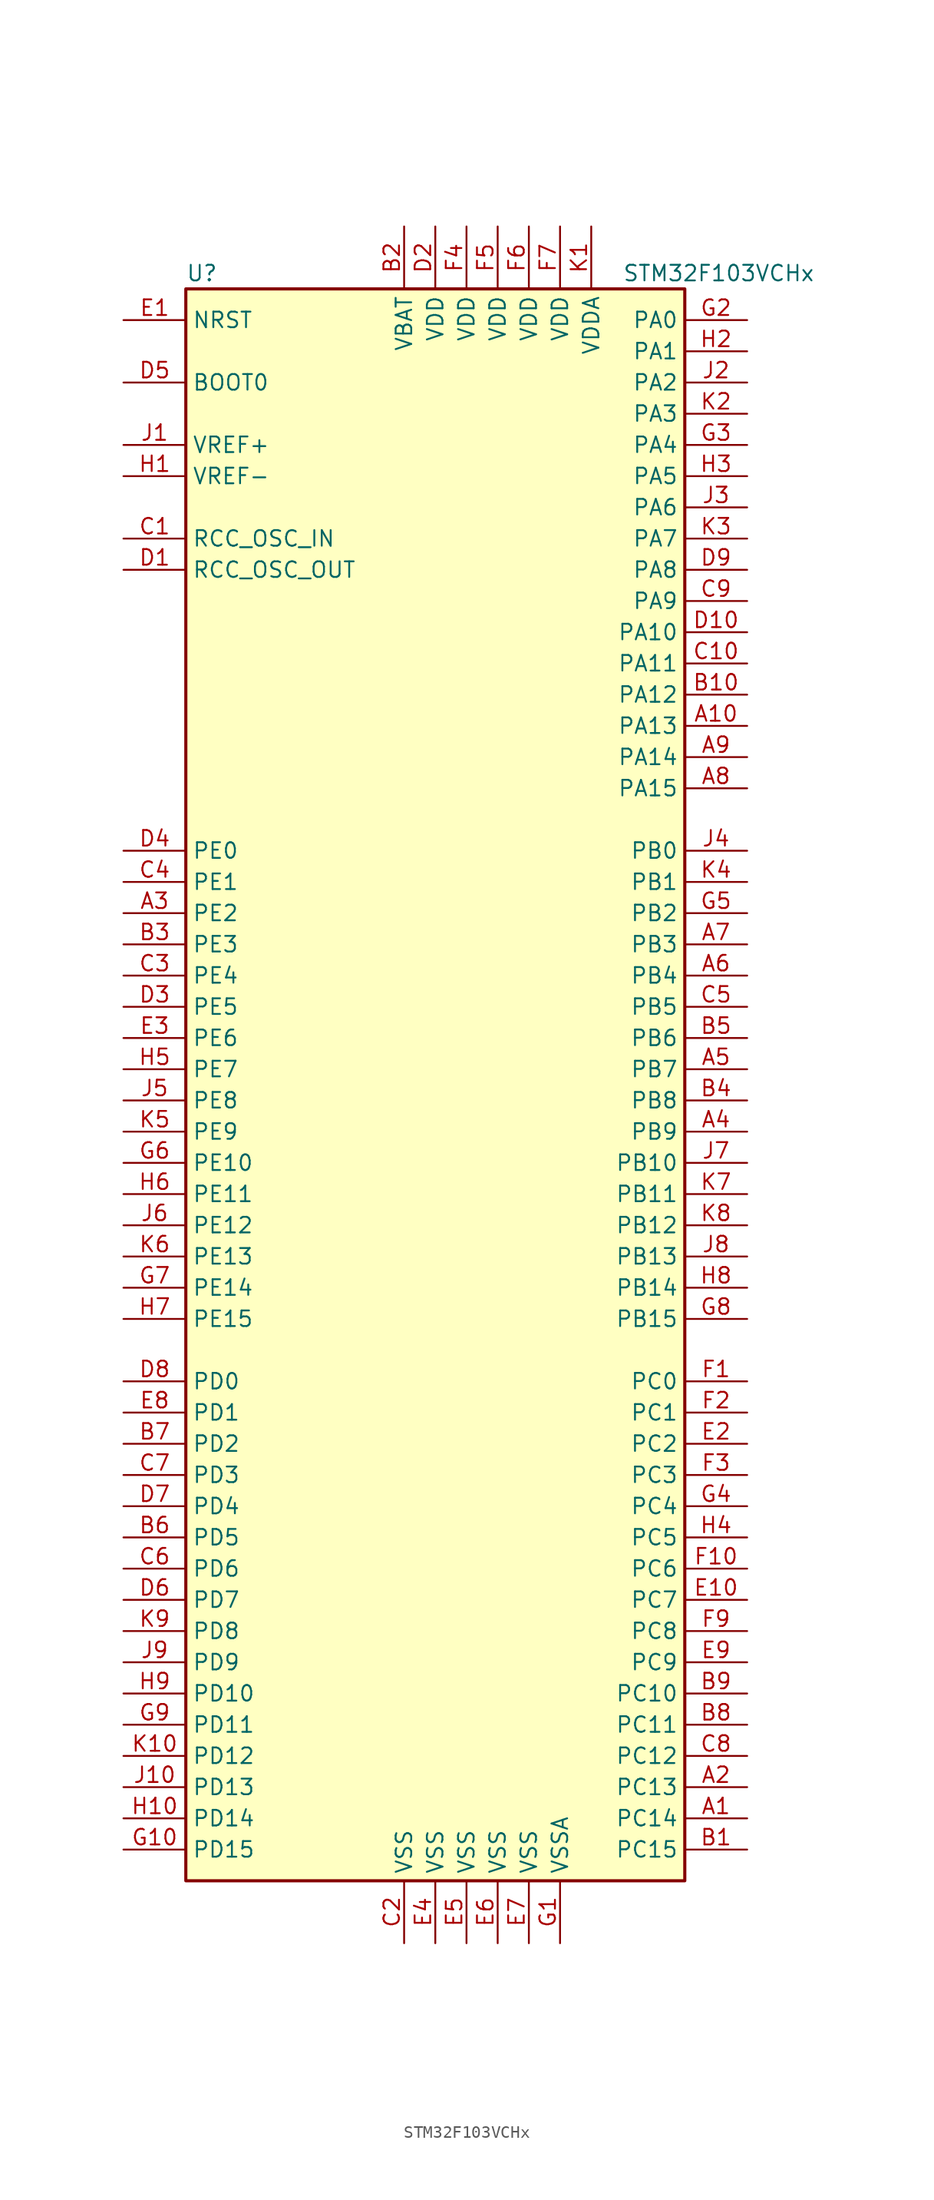
<source format=kicad_sym>
(kicad_symbol_lib
  (version 20211014)
  (generator kicad_symbol_editor)
  (symbol "STM32F103VCHx"
    (property "Reference" "U"
      (at -20.32 64.77 0)
      (effects (font (size 1.27 1.27)) (justify left)))
    (property "Value" "STM32F103VCHx"
      (at 15.24 64.77 0)
      (effects (font (size 1.27 1.27)) (justify left)))
    (symbol "STM32F103VCHx_0_1"
      (rectangle (start -20.32 -66.04) (end 20.32 63.5) (stroke (width 0.254) (type default) (color 0 0 0 0)) (fill (type background))))
    (symbol "STM32F103VCHx_1_1"
      (pin bidirectional line (at 25.4 -60.96 180) (length 5.08) (name "PC14" (effects (font (size 1.27 1.27)))) (number "A1" (effects (font (size 1.27 1.27)))))
      (pin bidirectional line (at 25.4 27.94 180) (length 5.08) (name "PA13" (effects (font (size 1.27 1.27)))) (number "A10" (effects (font (size 1.27 1.27)))))
      (pin bidirectional line (at 25.4 -58.42 180) (length 5.08) (name "PC13" (effects (font (size 1.27 1.27)))) (number "A2" (effects (font (size 1.27 1.27)))))
      (pin bidirectional line (at -25.4 12.7 0) (length 5.08) (name "PE2" (effects (font (size 1.27 1.27)))) (number "A3" (effects (font (size 1.27 1.27)))))
      (pin bidirectional line (at 25.4 -5.08 180) (length 5.08) (name "PB9" (effects (font (size 1.27 1.27)))) (number "A4" (effects (font (size 1.27 1.27)))))
      (pin bidirectional line (at 25.4 0 180) (length 5.08) (name "PB7" (effects (font (size 1.27 1.27)))) (number "A5" (effects (font (size 1.27 1.27)))))
      (pin bidirectional line (at 25.4 7.62 180) (length 5.08) (name "PB4" (effects (font (size 1.27 1.27)))) (number "A6" (effects (font (size 1.27 1.27)))))
      (pin bidirectional line (at 25.4 10.16 180) (length 5.08) (name "PB3" (effects (font (size 1.27 1.27)))) (number "A7" (effects (font (size 1.27 1.27)))))
      (pin bidirectional line (at 25.4 22.86 180) (length 5.08) (name "PA15" (effects (font (size 1.27 1.27)))) (number "A8" (effects (font (size 1.27 1.27)))))
      (pin bidirectional line (at 25.4 25.4 180) (length 5.08) (name "PA14" (effects (font (size 1.27 1.27)))) (number "A9" (effects (font (size 1.27 1.27)))))
      (pin bidirectional line (at 25.4 -63.5 180) (length 5.08) (name "PC15" (effects (font (size 1.27 1.27)))) (number "B1" (effects (font (size 1.27 1.27)))))
      (pin bidirectional line (at 25.4 30.48 180) (length 5.08) (name "PA12" (effects (font (size 1.27 1.27)))) (number "B10" (effects (font (size 1.27 1.27)))))
      (pin power_in line (at -2.54 68.58 270) (length 5.08) (name "VBAT" (effects (font (size 1.27 1.27)))) (number "B2" (effects (font (size 1.27 1.27)))))
      (pin bidirectional line (at -25.4 10.16 0) (length 5.08) (name "PE3" (effects (font (size 1.27 1.27)))) (number "B3" (effects (font (size 1.27 1.27)))))
      (pin bidirectional line (at 25.4 -2.54 180) (length 5.08) (name "PB8" (effects (font (size 1.27 1.27)))) (number "B4" (effects (font (size 1.27 1.27)))))
      (pin bidirectional line (at 25.4 2.54 180) (length 5.08) (name "PB6" (effects (font (size 1.27 1.27)))) (number "B5" (effects (font (size 1.27 1.27)))))
      (pin bidirectional line (at -25.4 -38.1 0) (length 5.08) (name "PD5" (effects (font (size 1.27 1.27)))) (number "B6" (effects (font (size 1.27 1.27)))))
      (pin bidirectional line (at -25.4 -30.48 0) (length 5.08) (name "PD2" (effects (font (size 1.27 1.27)))) (number "B7" (effects (font (size 1.27 1.27)))))
      (pin bidirectional line (at 25.4 -53.34 180) (length 5.08) (name "PC11" (effects (font (size 1.27 1.27)))) (number "B8" (effects (font (size 1.27 1.27)))))
      (pin bidirectional line (at 25.4 -50.8 180) (length 5.08) (name "PC10" (effects (font (size 1.27 1.27)))) (number "B9" (effects (font (size 1.27 1.27)))))
      (pin input line (at -25.4 43.18 0) (length 5.08) (name "RCC_OSC_IN" (effects (font (size 1.27 1.27)))) (number "C1" (effects (font (size 1.27 1.27)))))
      (pin bidirectional line (at 25.4 33.02 180) (length 5.08) (name "PA11" (effects (font (size 1.27 1.27)))) (number "C10" (effects (font (size 1.27 1.27)))))
      (pin power_in line (at -2.54 -71.12 90) (length 5.08) (name "VSS" (effects (font (size 1.27 1.27)))) (number "C2" (effects (font (size 1.27 1.27)))))
      (pin bidirectional line (at -25.4 7.62 0) (length 5.08) (name "PE4" (effects (font (size 1.27 1.27)))) (number "C3" (effects (font (size 1.27 1.27)))))
      (pin bidirectional line (at -25.4 15.24 0) (length 5.08) (name "PE1" (effects (font (size 1.27 1.27)))) (number "C4" (effects (font (size 1.27 1.27)))))
      (pin bidirectional line (at 25.4 5.08 180) (length 5.08) (name "PB5" (effects (font (size 1.27 1.27)))) (number "C5" (effects (font (size 1.27 1.27)))))
      (pin bidirectional line (at -25.4 -40.64 0) (length 5.08) (name "PD6" (effects (font (size 1.27 1.27)))) (number "C6" (effects (font (size 1.27 1.27)))))
      (pin bidirectional line (at -25.4 -33.02 0) (length 5.08) (name "PD3" (effects (font (size 1.27 1.27)))) (number "C7" (effects (font (size 1.27 1.27)))))
      (pin bidirectional line (at 25.4 -55.88 180) (length 5.08) (name "PC12" (effects (font (size 1.27 1.27)))) (number "C8" (effects (font (size 1.27 1.27)))))
      (pin bidirectional line (at 25.4 38.1 180) (length 5.08) (name "PA9" (effects (font (size 1.27 1.27)))) (number "C9" (effects (font (size 1.27 1.27)))))
      (pin input line (at -25.4 40.64 0) (length 5.08) (name "RCC_OSC_OUT" (effects (font (size 1.27 1.27)))) (number "D1" (effects (font (size 1.27 1.27)))))
      (pin bidirectional line (at 25.4 35.56 180) (length 5.08) (name "PA10" (effects (font (size 1.27 1.27)))) (number "D10" (effects (font (size 1.27 1.27)))))
      (pin power_in line (at 0 68.58 270) (length 5.08) (name "VDD" (effects (font (size 1.27 1.27)))) (number "D2" (effects (font (size 1.27 1.27)))))
      (pin bidirectional line (at -25.4 5.08 0) (length 5.08) (name "PE5" (effects (font (size 1.27 1.27)))) (number "D3" (effects (font (size 1.27 1.27)))))
      (pin bidirectional line (at -25.4 17.78 0) (length 5.08) (name "PE0" (effects (font (size 1.27 1.27)))) (number "D4" (effects (font (size 1.27 1.27)))))
      (pin input line (at -25.4 55.88 0) (length 5.08) (name "BOOT0" (effects (font (size 1.27 1.27)))) (number "D5" (effects (font (size 1.27 1.27)))))
      (pin bidirectional line (at -25.4 -43.18 0) (length 5.08) (name "PD7" (effects (font (size 1.27 1.27)))) (number "D6" (effects (font (size 1.27 1.27)))))
      (pin bidirectional line (at -25.4 -35.56 0) (length 5.08) (name "PD4" (effects (font (size 1.27 1.27)))) (number "D7" (effects (font (size 1.27 1.27)))))
      (pin bidirectional line (at -25.4 -25.4 0) (length 5.08) (name "PD0" (effects (font (size 1.27 1.27)))) (number "D8" (effects (font (size 1.27 1.27)))))
      (pin bidirectional line (at 25.4 40.64 180) (length 5.08) (name "PA8" (effects (font (size 1.27 1.27)))) (number "D9" (effects (font (size 1.27 1.27)))))
      (pin input line (at -25.4 60.96 0) (length 5.08) (name "NRST" (effects (font (size 1.27 1.27)))) (number "E1" (effects (font (size 1.27 1.27)))))
      (pin bidirectional line (at 25.4 -43.18 180) (length 5.08) (name "PC7" (effects (font (size 1.27 1.27)))) (number "E10" (effects (font (size 1.27 1.27)))))
      (pin bidirectional line (at 25.4 -30.48 180) (length 5.08) (name "PC2" (effects (font (size 1.27 1.27)))) (number "E2" (effects (font (size 1.27 1.27)))))
      (pin bidirectional line (at -25.4 2.54 0) (length 5.08) (name "PE6" (effects (font (size 1.27 1.27)))) (number "E3" (effects (font (size 1.27 1.27)))))
      (pin power_in line (at 0 -71.12 90) (length 5.08) (name "VSS" (effects (font (size 1.27 1.27)))) (number "E4" (effects (font (size 1.27 1.27)))))
      (pin power_in line (at 2.54 -71.12 90) (length 5.08) (name "VSS" (effects (font (size 1.27 1.27)))) (number "E5" (effects (font (size 1.27 1.27)))))
      (pin power_in line (at 5.08 -71.12 90) (length 5.08) (name "VSS" (effects (font (size 1.27 1.27)))) (number "E6" (effects (font (size 1.27 1.27)))))
      (pin power_in line (at 7.62 -71.12 90) (length 5.08) (name "VSS" (effects (font (size 1.27 1.27)))) (number "E7" (effects (font (size 1.27 1.27)))))
      (pin bidirectional line (at -25.4 -27.94 0) (length 5.08) (name "PD1" (effects (font (size 1.27 1.27)))) (number "E8" (effects (font (size 1.27 1.27)))))
      (pin bidirectional line (at 25.4 -48.26 180) (length 5.08) (name "PC9" (effects (font (size 1.27 1.27)))) (number "E9" (effects (font (size 1.27 1.27)))))
      (pin bidirectional line (at 25.4 -25.4 180) (length 5.08) (name "PC0" (effects (font (size 1.27 1.27)))) (number "F1" (effects (font (size 1.27 1.27)))))
      (pin bidirectional line (at 25.4 -40.64 180) (length 5.08) (name "PC6" (effects (font (size 1.27 1.27)))) (number "F10" (effects (font (size 1.27 1.27)))))
      (pin bidirectional line (at 25.4 -27.94 180) (length 5.08) (name "PC1" (effects (font (size 1.27 1.27)))) (number "F2" (effects (font (size 1.27 1.27)))))
      (pin bidirectional line (at 25.4 -33.02 180) (length 5.08) (name "PC3" (effects (font (size 1.27 1.27)))) (number "F3" (effects (font (size 1.27 1.27)))))
      (pin power_in line (at 2.54 68.58 270) (length 5.08) (name "VDD" (effects (font (size 1.27 1.27)))) (number "F4" (effects (font (size 1.27 1.27)))))
      (pin power_in line (at 5.08 68.58 270) (length 5.08) (name "VDD" (effects (font (size 1.27 1.27)))) (number "F5" (effects (font (size 1.27 1.27)))))
      (pin power_in line (at 7.62 68.58 270) (length 5.08) (name "VDD" (effects (font (size 1.27 1.27)))) (number "F6" (effects (font (size 1.27 1.27)))))
      (pin power_in line (at 10.16 68.58 270) (length 5.08) (name "VDD" (effects (font (size 1.27 1.27)))) (number "F7" (effects (font (size 1.27 1.27)))))
      (pin no_connect line (at -20.32 -63.5 0) (length 5.08) hide (name "NC" (effects (font (size 1.27 1.27)))) (number "F8" (effects (font (size 1.27 1.27)))))
      (pin bidirectional line (at 25.4 -45.72 180) (length 5.08) (name "PC8" (effects (font (size 1.27 1.27)))) (number "F9" (effects (font (size 1.27 1.27)))))
      (pin power_in line (at 10.16 -71.12 90) (length 5.08) (name "VSSA" (effects (font (size 1.27 1.27)))) (number "G1" (effects (font (size 1.27 1.27)))))
      (pin bidirectional line (at -25.4 -63.5 0) (length 5.08) (name "PD15" (effects (font (size 1.27 1.27)))) (number "G10" (effects (font (size 1.27 1.27)))))
      (pin bidirectional line (at 25.4 60.96 180) (length 5.08) (name "PA0" (effects (font (size 1.27 1.27)))) (number "G2" (effects (font (size 1.27 1.27)))))
      (pin bidirectional line (at 25.4 50.8 180) (length 5.08) (name "PA4" (effects (font (size 1.27 1.27)))) (number "G3" (effects (font (size 1.27 1.27)))))
      (pin bidirectional line (at 25.4 -35.56 180) (length 5.08) (name "PC4" (effects (font (size 1.27 1.27)))) (number "G4" (effects (font (size 1.27 1.27)))))
      (pin bidirectional line (at 25.4 12.7 180) (length 5.08) (name "PB2" (effects (font (size 1.27 1.27)))) (number "G5" (effects (font (size 1.27 1.27)))))
      (pin bidirectional line (at -25.4 -7.62 0) (length 5.08) (name "PE10" (effects (font (size 1.27 1.27)))) (number "G6" (effects (font (size 1.27 1.27)))))
      (pin bidirectional line (at -25.4 -17.78 0) (length 5.08) (name "PE14" (effects (font (size 1.27 1.27)))) (number "G7" (effects (font (size 1.27 1.27)))))
      (pin bidirectional line (at 25.4 -20.32 180) (length 5.08) (name "PB15" (effects (font (size 1.27 1.27)))) (number "G8" (effects (font (size 1.27 1.27)))))
      (pin bidirectional line (at -25.4 -53.34 0) (length 5.08) (name "PD11" (effects (font (size 1.27 1.27)))) (number "G9" (effects (font (size 1.27 1.27)))))
      (pin power_in line (at -25.4 48.26 0) (length 5.08) (name "VREF-" (effects (font (size 1.27 1.27)))) (number "H1" (effects (font (size 1.27 1.27)))))
      (pin bidirectional line (at -25.4 -60.96 0) (length 5.08) (name "PD14" (effects (font (size 1.27 1.27)))) (number "H10" (effects (font (size 1.27 1.27)))))
      (pin bidirectional line (at 25.4 58.42 180) (length 5.08) (name "PA1" (effects (font (size 1.27 1.27)))) (number "H2" (effects (font (size 1.27 1.27)))))
      (pin bidirectional line (at 25.4 48.26 180) (length 5.08) (name "PA5" (effects (font (size 1.27 1.27)))) (number "H3" (effects (font (size 1.27 1.27)))))
      (pin bidirectional line (at 25.4 -38.1 180) (length 5.08) (name "PC5" (effects (font (size 1.27 1.27)))) (number "H4" (effects (font (size 1.27 1.27)))))
      (pin bidirectional line (at -25.4 0 0) (length 5.08) (name "PE7" (effects (font (size 1.27 1.27)))) (number "H5" (effects (font (size 1.27 1.27)))))
      (pin bidirectional line (at -25.4 -10.16 0) (length 5.08) (name "PE11" (effects (font (size 1.27 1.27)))) (number "H6" (effects (font (size 1.27 1.27)))))
      (pin bidirectional line (at -25.4 -20.32 0) (length 5.08) (name "PE15" (effects (font (size 1.27 1.27)))) (number "H7" (effects (font (size 1.27 1.27)))))
      (pin bidirectional line (at 25.4 -17.78 180) (length 5.08) (name "PB14" (effects (font (size 1.27 1.27)))) (number "H8" (effects (font (size 1.27 1.27)))))
      (pin bidirectional line (at -25.4 -50.8 0) (length 5.08) (name "PD10" (effects (font (size 1.27 1.27)))) (number "H9" (effects (font (size 1.27 1.27)))))
      (pin power_in line (at -25.4 50.8 0) (length 5.08) (name "VREF+" (effects (font (size 1.27 1.27)))) (number "J1" (effects (font (size 1.27 1.27)))))
      (pin bidirectional line (at -25.4 -58.42 0) (length 5.08) (name "PD13" (effects (font (size 1.27 1.27)))) (number "J10" (effects (font (size 1.27 1.27)))))
      (pin bidirectional line (at 25.4 55.88 180) (length 5.08) (name "PA2" (effects (font (size 1.27 1.27)))) (number "J2" (effects (font (size 1.27 1.27)))))
      (pin bidirectional line (at 25.4 45.72 180) (length 5.08) (name "PA6" (effects (font (size 1.27 1.27)))) (number "J3" (effects (font (size 1.27 1.27)))))
      (pin bidirectional line (at 25.4 17.78 180) (length 5.08) (name "PB0" (effects (font (size 1.27 1.27)))) (number "J4" (effects (font (size 1.27 1.27)))))
      (pin bidirectional line (at -25.4 -2.54 0) (length 5.08) (name "PE8" (effects (font (size 1.27 1.27)))) (number "J5" (effects (font (size 1.27 1.27)))))
      (pin bidirectional line (at -25.4 -12.7 0) (length 5.08) (name "PE12" (effects (font (size 1.27 1.27)))) (number "J6" (effects (font (size 1.27 1.27)))))
      (pin bidirectional line (at 25.4 -7.62 180) (length 5.08) (name "PB10" (effects (font (size 1.27 1.27)))) (number "J7" (effects (font (size 1.27 1.27)))))
      (pin bidirectional line (at 25.4 -15.24 180) (length 5.08) (name "PB13" (effects (font (size 1.27 1.27)))) (number "J8" (effects (font (size 1.27 1.27)))))
      (pin bidirectional line (at -25.4 -48.26 0) (length 5.08) (name "PD9" (effects (font (size 1.27 1.27)))) (number "J9" (effects (font (size 1.27 1.27)))))
      (pin power_in line (at 12.7 68.58 270) (length 5.08) (name "VDDA" (effects (font (size 1.27 1.27)))) (number "K1" (effects (font (size 1.27 1.27)))))
      (pin bidirectional line (at -25.4 -55.88 0) (length 5.08) (name "PD12" (effects (font (size 1.27 1.27)))) (number "K10" (effects (font (size 1.27 1.27)))))
      (pin bidirectional line (at 25.4 53.34 180) (length 5.08) (name "PA3" (effects (font (size 1.27 1.27)))) (number "K2" (effects (font (size 1.27 1.27)))))
      (pin bidirectional line (at 25.4 43.18 180) (length 5.08) (name "PA7" (effects (font (size 1.27 1.27)))) (number "K3" (effects (font (size 1.27 1.27)))))
      (pin bidirectional line (at 25.4 15.24 180) (length 5.08) (name "PB1" (effects (font (size 1.27 1.27)))) (number "K4" (effects (font (size 1.27 1.27)))))
      (pin bidirectional line (at -25.4 -5.08 0) (length 5.08) (name "PE9" (effects (font (size 1.27 1.27)))) (number "K5" (effects (font (size 1.27 1.27)))))
      (pin bidirectional line (at -25.4 -15.24 0) (length 5.08) (name "PE13" (effects (font (size 1.27 1.27)))) (number "K6" (effects (font (size 1.27 1.27)))))
      (pin bidirectional line (at 25.4 -10.16 180) (length 5.08) (name "PB11" (effects (font (size 1.27 1.27)))) (number "K7" (effects (font (size 1.27 1.27)))))
      (pin bidirectional line (at 25.4 -12.7 180) (length 5.08) (name "PB12" (effects (font (size 1.27 1.27)))) (number "K8" (effects (font (size 1.27 1.27)))))
      (pin bidirectional line (at -25.4 -45.72 0) (length 5.08) (name "PD8" (effects (font (size 1.27 1.27)))) (number "K9" (effects (font (size 1.27 1.27))))))))
</source>
